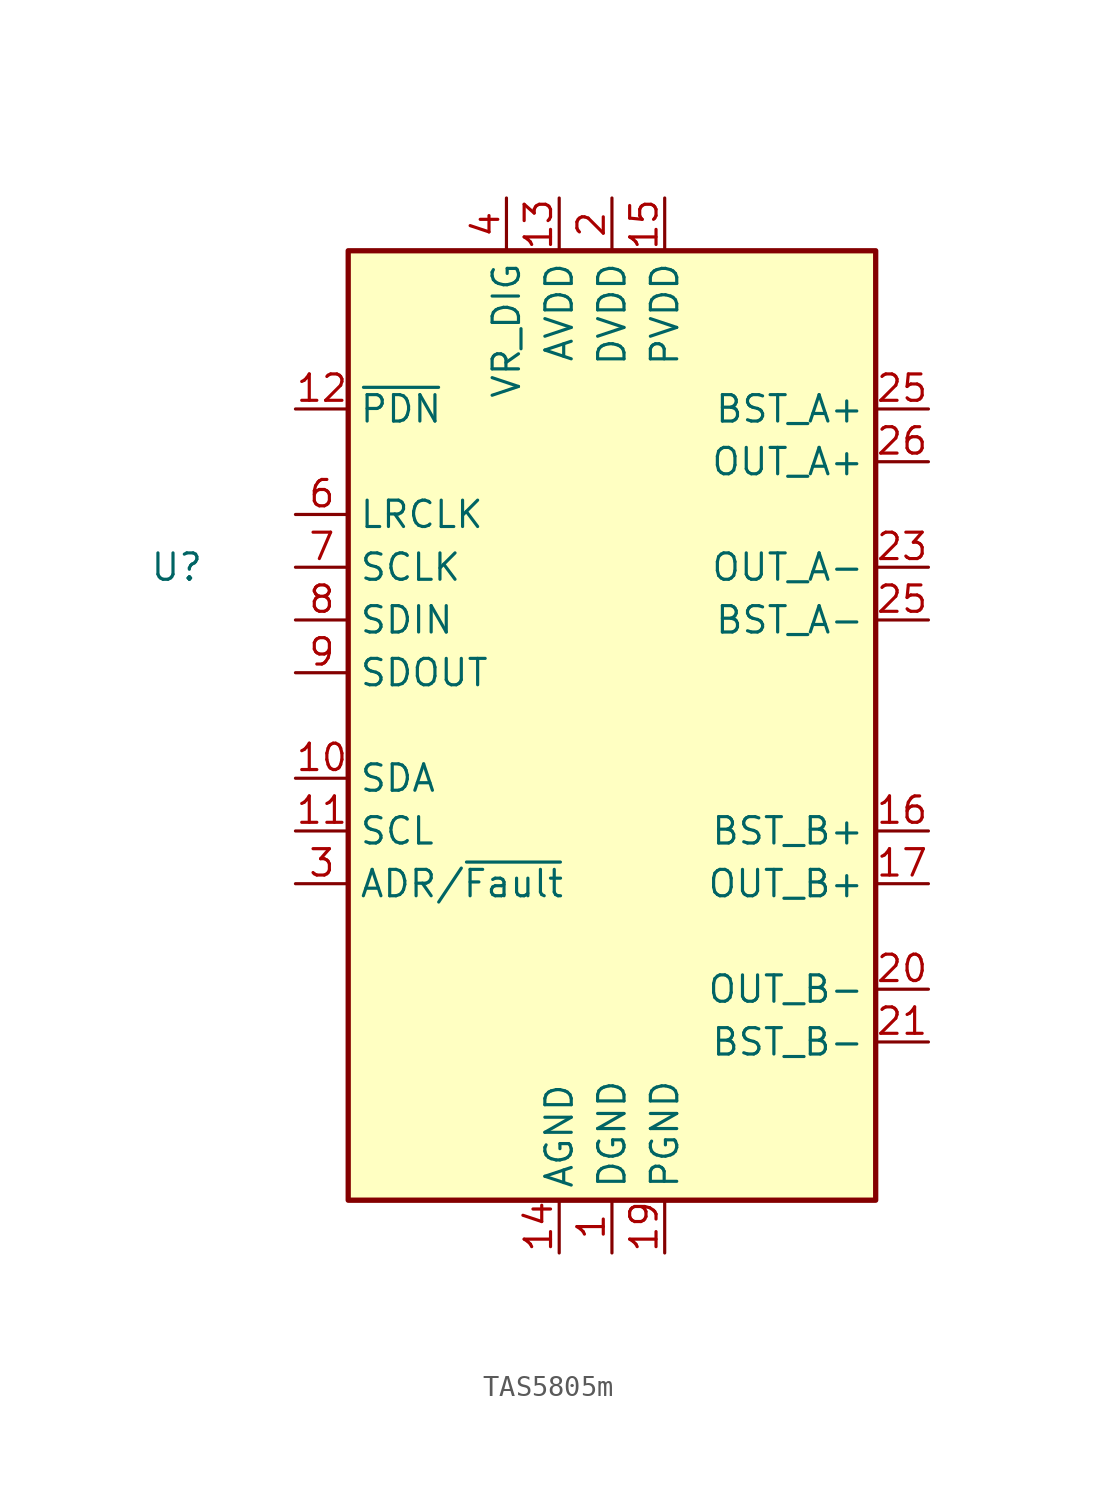
<source format=kicad_sym>
(kicad_symbol_lib
  (version 20220914)
  (generator kicad_symbol_editor)
  (symbol "TAS5805m"
    (property "Reference" "U"
      (at -20.955 7.62 0)
      (effects (font (size 1.27 1.27))))
    (property "Value" ""
      (at -20.955 7.62 0)
      (effects (font (size 1.27 1.27))))
    (symbol "TAS5805m_0_1"
      (rectangle (start -12.7 22.86) (end 12.7 -22.86) (stroke (width 0.254) (type default)) (fill (type background))))
    (symbol "TAS5805m_1_1"
      (pin power_in line (at 0 -25.4 90) (length 2.54) (name "DGND" (effects (font (size 1.27 1.27)))) (number "1" (effects (font (size 1.27 1.27)))))
      (pin bidirectional line (at -15.24 -2.54 0) (length 2.54) (name "SDA" (effects (font (size 1.27 1.27)))) (number "10" (effects (font (size 1.27 1.27)))))
      (pin input line (at -15.24 -5.08 0) (length 2.54) (name "SCL" (effects (font (size 1.27 1.27)))) (number "11" (effects (font (size 1.27 1.27)))))
      (pin input line (at -15.24 15.24 0) (length 2.54) (name "~{PDN}" (effects (font (size 1.27 1.27)))) (number "12" (effects (font (size 1.27 1.27)))))
      (pin passive line (at -2.54 25.4 270) (length 2.54) (name "AVDD" (effects (font (size 1.27 1.27)))) (number "13" (effects (font (size 1.27 1.27)))))
      (pin power_in line (at -2.54 -25.4 90) (length 2.54) (name "AGND" (effects (font (size 1.27 1.27)))) (number "14" (effects (font (size 1.27 1.27)))))
      (pin power_in line (at 2.54 25.4 270) (length 2.54) (name "PVDD" (effects (font (size 1.27 1.27)))) (number "15" (effects (font (size 1.27 1.27)))))
      (pin passive line (at 15.24 -5.08 180) (length 2.54) (name "BST_B+" (effects (font (size 1.27 1.27)))) (number "16" (effects (font (size 1.27 1.27)))))
      (pin passive line (at 2.54 25.4 270) (length 2.54) hide (name "PVDD" (effects (font (size 1.27 1.27)))) (number "16" (effects (font (size 1.27 1.27)))))
      (pin output line (at 15.24 -7.62 180) (length 2.54) (name "OUT_B+" (effects (font (size 1.27 1.27)))) (number "17" (effects (font (size 1.27 1.27)))))
      (pin power_in line (at 2.54 -25.4 90) (length 2.54) (name "PGND" (effects (font (size 1.27 1.27)))) (number "19" (effects (font (size 1.27 1.27)))))
      (pin power_in line (at 0 25.4 270) (length 2.54) (name "DVDD" (effects (font (size 1.27 1.27)))) (number "2" (effects (font (size 1.27 1.27)))))
      (pin output line (at 15.24 -12.7 180) (length 2.54) (name "OUT_B-" (effects (font (size 1.27 1.27)))) (number "20" (effects (font (size 1.27 1.27)))))
      (pin passive line (at 15.24 -15.24 180) (length 2.54) (name "BST_B-" (effects (font (size 1.27 1.27)))) (number "21" (effects (font (size 1.27 1.27)))))
      (pin output line (at 15.24 7.62 180) (length 2.54) (name "OUT_A-" (effects (font (size 1.27 1.27)))) (number "23" (effects (font (size 1.27 1.27)))))
      (pin passive line (at 2.54 -25.4 90) (length 2.54) hide (name "PGND" (effects (font (size 1.27 1.27)))) (number "24" (effects (font (size 1.27 1.27)))))
      (pin passive line (at 15.24 15.24 180) (length 2.54) (name "BST_A+" (effects (font (size 1.27 1.27)))) (number "25" (effects (font (size 1.27 1.27)))))
      (pin passive line (at 15.24 5.08 180) (length 2.54) (name "BST_A-" (effects (font (size 1.27 1.27)))) (number "25" (effects (font (size 1.27 1.27)))))
      (pin output line (at 15.24 12.7 180) (length 2.54) (name "OUT_A+" (effects (font (size 1.27 1.27)))) (number "26" (effects (font (size 1.27 1.27)))))
      (pin passive line (at 2.54 25.4 270) (length 2.54) hide (name "PVDD" (effects (font (size 1.27 1.27)))) (number "27" (effects (font (size 1.27 1.27)))))
      (pin passive line (at 2.54 25.4 270) (length 2.54) hide (name "PVDD" (effects (font (size 1.27 1.27)))) (number "28" (effects (font (size 1.27 1.27)))))
      (pin passive line (at -15.24 -7.62 0) (length 2.54) (name "ADR/~{Fault}" (effects (font (size 1.27 1.27)))) (number "3" (effects (font (size 1.27 1.27)))))
      (pin passive line (at -5.08 25.4 270) (length 2.54) (name "VR_DIG" (effects (font (size 1.27 1.27)))) (number "4" (effects (font (size 1.27 1.27)))))
      (pin passive line (at 0 -25.4 90) (length 2.54) hide (name "DGND" (effects (font (size 1.27 1.27)))) (number "5" (effects (font (size 1.27 1.27)))))
      (pin input line (at -15.24 10.16 0) (length 2.54) (name "LRCLK" (effects (font (size 1.27 1.27)))) (number "6" (effects (font (size 1.27 1.27)))))
      (pin input line (at -15.24 7.62 0) (length 2.54) (name "SCLK" (effects (font (size 1.27 1.27)))) (number "7" (effects (font (size 1.27 1.27)))))
      (pin input line (at -15.24 5.08 0) (length 2.54) (name "SDIN" (effects (font (size 1.27 1.27)))) (number "8" (effects (font (size 1.27 1.27)))))
      (pin output line (at -15.24 2.54 0) (length 2.54) (name "SDOUT" (effects (font (size 1.27 1.27)))) (number "9" (effects (font (size 1.27 1.27))))))))
</source>
